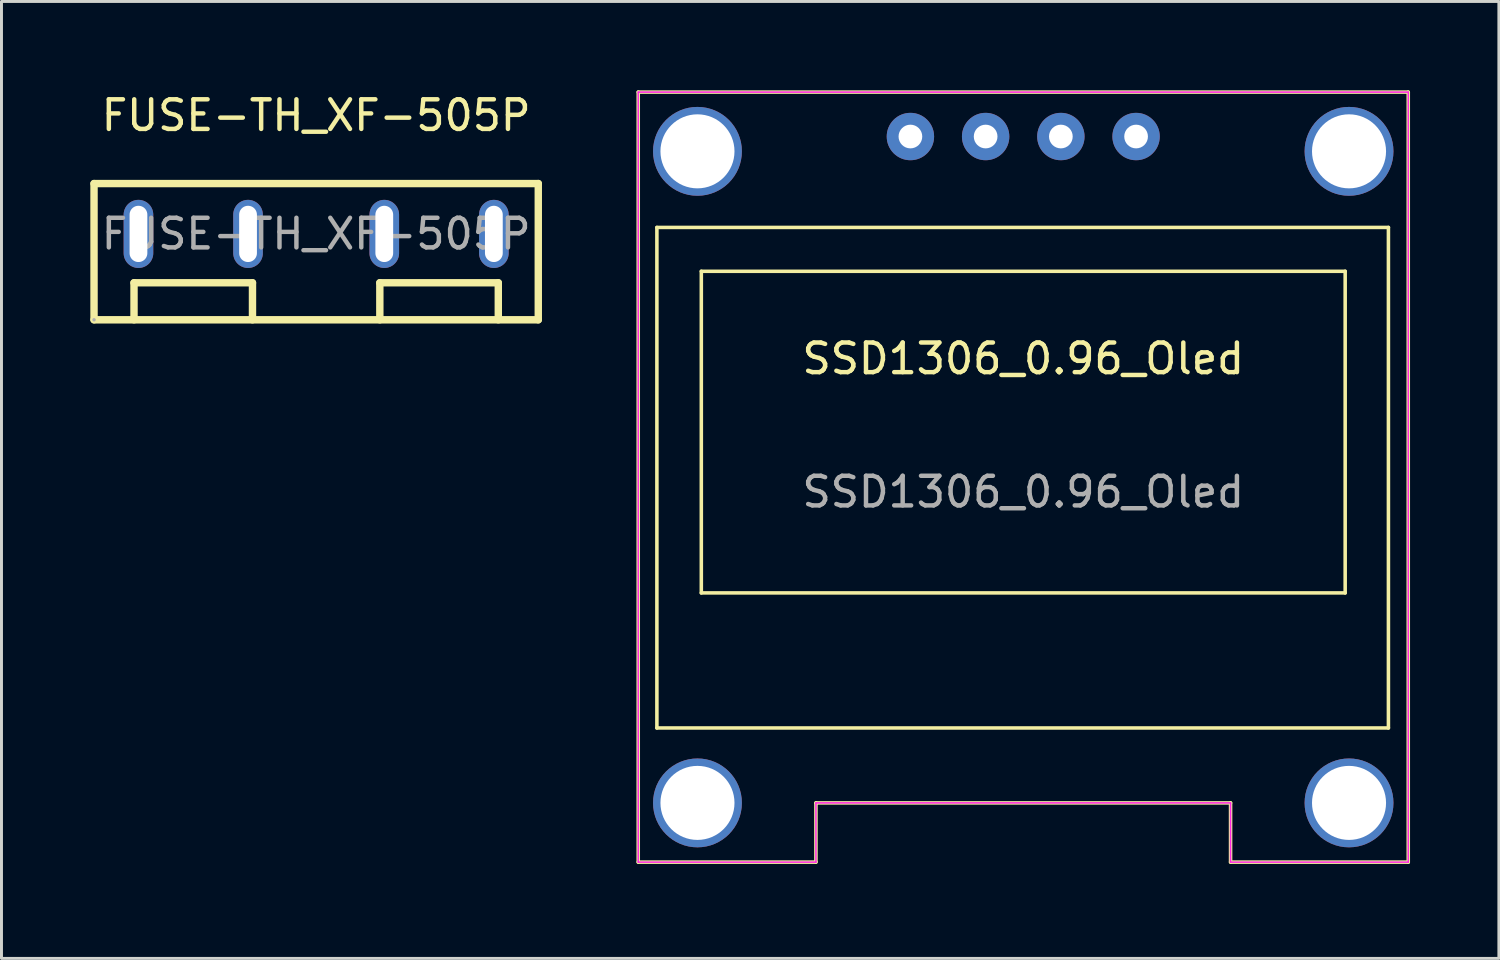
<source format=kicad_pcb>
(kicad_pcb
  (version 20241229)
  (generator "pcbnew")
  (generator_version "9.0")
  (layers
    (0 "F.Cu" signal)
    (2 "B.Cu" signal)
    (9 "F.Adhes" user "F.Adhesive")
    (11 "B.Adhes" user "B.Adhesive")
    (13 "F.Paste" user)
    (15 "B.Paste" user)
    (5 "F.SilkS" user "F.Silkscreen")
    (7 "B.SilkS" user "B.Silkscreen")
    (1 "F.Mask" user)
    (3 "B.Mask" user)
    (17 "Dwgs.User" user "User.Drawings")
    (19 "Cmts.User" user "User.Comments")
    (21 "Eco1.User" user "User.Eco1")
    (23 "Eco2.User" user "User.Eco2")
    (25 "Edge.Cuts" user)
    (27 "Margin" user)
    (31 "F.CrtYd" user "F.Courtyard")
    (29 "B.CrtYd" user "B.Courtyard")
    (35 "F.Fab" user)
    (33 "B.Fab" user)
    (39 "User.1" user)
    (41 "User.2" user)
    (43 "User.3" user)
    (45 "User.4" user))
  (footprint "FUSE-TH_XF-505P"
    (layer "F.Cu")
    (at 7.625 4.848)
    (property "Reference" "FUSE-TH_XF-505P" (at 0 -4 0) (layer "F.SilkS") (effects (font (size 1 1) (thickness 0.15))))
    (attr through_hole)
    (fp_line (start -7.5 -1.7) (end -7.5 2.9) (stroke (width 0.25) (type solid)) (layer "F.SilkS"))
    (fp_line (start -7.5 -1.7) (end 7.5 -1.7) (stroke (width 0.25) (type solid)) (layer "F.SilkS"))
    (fp_line (start -7.5 2.9) (end 7.5 2.9) (stroke (width 0.25) (type solid)) (layer "F.SilkS"))
    (fp_line (start -6.15 1.65) (end -2.15 1.65) (stroke (width 0.25) (type solid)) (layer "F.SilkS"))
    (fp_line (start -6.15 2.9) (end -6.15 1.65) (stroke (width 0.25) (type solid)) (layer "F.SilkS"))
    (fp_line (start -2.15 2.9) (end -2.15 1.65) (stroke (width 0.25) (type solid)) (layer "F.SilkS"))
    (fp_line (start 2.15 1.65) (end 6.15 1.65) (stroke (width 0.25) (type solid)) (layer "F.SilkS"))
    (fp_line (start 2.15 2.9) (end 2.15 1.65) (stroke (width 0.25) (type solid)) (layer "F.SilkS"))
    (fp_line (start 6.15 2.9) (end 6.15 1.65) (stroke (width 0.25) (type solid)) (layer "F.SilkS"))
    (fp_line (start 7.5 -1.7) (end 7.5 2.9) (stroke (width 0.25) (type solid)) (layer "F.SilkS"))
    (fp_circle (center -7.5 2.9) (end -7.47 2.9) (stroke (width 0.06) (type solid)) (fill no) (layer "F.Fab"))
    (fp_text user "${REFERENCE}" (at 0 0 0) (layer "F.Fab") (effects (font (size 1 1) (thickness 0.15))))
    (pad "1" thru_hole oval (at -6 0 90) (size 2.3 1) (drill oval 1.9 0.6) (layers "*.Cu" "*.Mask"))
    (pad "1" thru_hole oval (at -2.3 0 90) (size 2.3 1) (drill oval 1.9 0.6) (layers "*.Cu" "*.Mask"))
    (pad "2" thru_hole oval (at 2.3 0 90) (size 2.3 1) (drill oval 1.9 0.6) (layers "*.Cu" "*.Mask"))
    (pad "2" thru_hole oval (at 6 0 90) (size 2.3 1) (drill oval 1.9 0.6) (layers "*.Cu" "*.Mask")))
  (footprint "SSD1306_0.96_Oled"
    (layer "F.Cu")
    (at 18.5 26.06)
    (property "Reference" "SSD1306_0.96_Oled" (at 13 -17 0) (unlocked yes) (layer "F.SilkS") (effects (font (size 1 1) (thickness 0.15))))
    (attr through_hole)
    (fp_line (start 0 -26) (end 0 0) (stroke (width 0.12) (type solid)) (layer "F.SilkS"))
    (fp_line (start 0 0) (end 6 0) (stroke (width 0.12) (type solid)) (layer "F.SilkS"))
    (fp_line (start 0.63 -21.43) (end 0.63 -4.53) (stroke (width 0.12) (type solid)) (layer "F.SilkS"))
    (fp_line (start 0.63 -4.53) (end 25.33 -4.53) (stroke (width 0.12) (type solid)) (layer "F.SilkS"))
    (fp_line (start 2.13 -19.95) (end 2.13 -9.09) (stroke (width 0.12) (type solid)) (layer "F.SilkS"))
    (fp_line (start 2.13 -9.09) (end 23.87 -9.09) (stroke (width 0.12) (type solid)) (layer "F.SilkS"))
    (fp_line (start 6 -2) (end 20 -2) (stroke (width 0.12) (type solid)) (layer "F.SilkS"))
    (fp_line (start 6 0) (end 6 -2) (stroke (width 0.12) (type solid)) (layer "F.SilkS"))
    (fp_line (start 20 -2) (end 20 0) (stroke (width 0.12) (type solid)) (layer "F.SilkS"))
    (fp_line (start 20 0) (end 26 0) (stroke (width 0.12) (type solid)) (layer "F.SilkS"))
    (fp_line (start 23.87 -19.95) (end 2.13 -19.95) (stroke (width 0.12) (type solid)) (layer "F.SilkS"))
    (fp_line (start 23.87 -9.09) (end 23.87 -19.95) (stroke (width 0.12) (type solid)) (layer "F.SilkS"))
    (fp_line (start 25.33 -21.43) (end 0.63 -21.43) (stroke (width 0.12) (type solid)) (layer "F.SilkS"))
    (fp_line (start 25.33 -4.53) (end 25.33 -21.43) (stroke (width 0.12) (type solid)) (layer "F.SilkS"))
    (fp_line (start 26 -26) (end 0 -26) (stroke (width 0.12) (type solid)) (layer "F.SilkS"))
    (fp_line (start 26 0) (end 26 -26) (stroke (width 0.12) (type solid)) (layer "F.SilkS"))
    (fp_line (start 0 -26) (end 0 0) (stroke (width 0.05) (type solid)) (layer "F.CrtYd"))
    (fp_line (start 0 0) (end 6 0) (stroke (width 0.05) (type solid)) (layer "F.CrtYd"))
    (fp_line (start 6 -2) (end 20 -2) (stroke (width 0.05) (type solid)) (layer "F.CrtYd"))
    (fp_line (start 6 0) (end 6 -2) (stroke (width 0.05) (type solid)) (layer "F.CrtYd"))
    (fp_line (start 20 -2) (end 20 0) (stroke (width 0.05) (type solid)) (layer "F.CrtYd"))
    (fp_line (start 20 0) (end 26 0) (stroke (width 0.05) (type solid)) (layer "F.CrtYd"))
    (fp_line (start 26 -26) (end 0 -26) (stroke (width 0.05) (type solid)) (layer "F.CrtYd"))
    (fp_line (start 26 0) (end 26 -26) (stroke (width 0.05) (type solid)) (layer "F.CrtYd"))
    (fp_text user "${REFERENCE}" (at 13 -12.5 0) (unlocked yes) (layer "F.Fab") (effects (font (size 1 1) (thickness 0.15))))
    (pad "" np_thru_hole circle (at 2 -24) (size 3 3) (drill 2.5) (layers "*.Cu" "*.Mask"))
    (pad "" np_thru_hole circle (at 2 -2) (size 3 3) (drill 2.5) (layers "*.Cu" "*.Mask"))
    (pad "" np_thru_hole circle (at 24 -24) (size 3 3) (drill 2.5) (layers "*.Cu" "*.Mask"))
    (pad "" np_thru_hole circle (at 24 -2) (size 3 3) (drill 2.5) (layers "*.Cu" "*.Mask"))
    (pad "1" thru_hole circle (at 9.19 -24.5) (size 1.6 1.6) (drill 0.8) (layers "*.Cu" "*.Mask"))
    (pad "2" thru_hole circle (at 11.73 -24.5) (size 1.6 1.6) (drill 0.8) (layers "*.Cu" "*.Mask"))
    (pad "3" thru_hole circle (at 14.27 -24.5) (size 1.6 1.6) (drill 0.8) (layers "*.Cu" "*.Mask"))
    (pad "4" thru_hole circle (at 16.81 -24.5) (size 1.6 1.6) (drill 0.8) (layers "*.Cu" "*.Mask")))
  (gr_rect
    (start -3 -3)
    (end 47.56 29.31)
    (stroke (width 0.1) (type default))
    (fill no)
    (layer "Edge.Cuts")))
</source>
